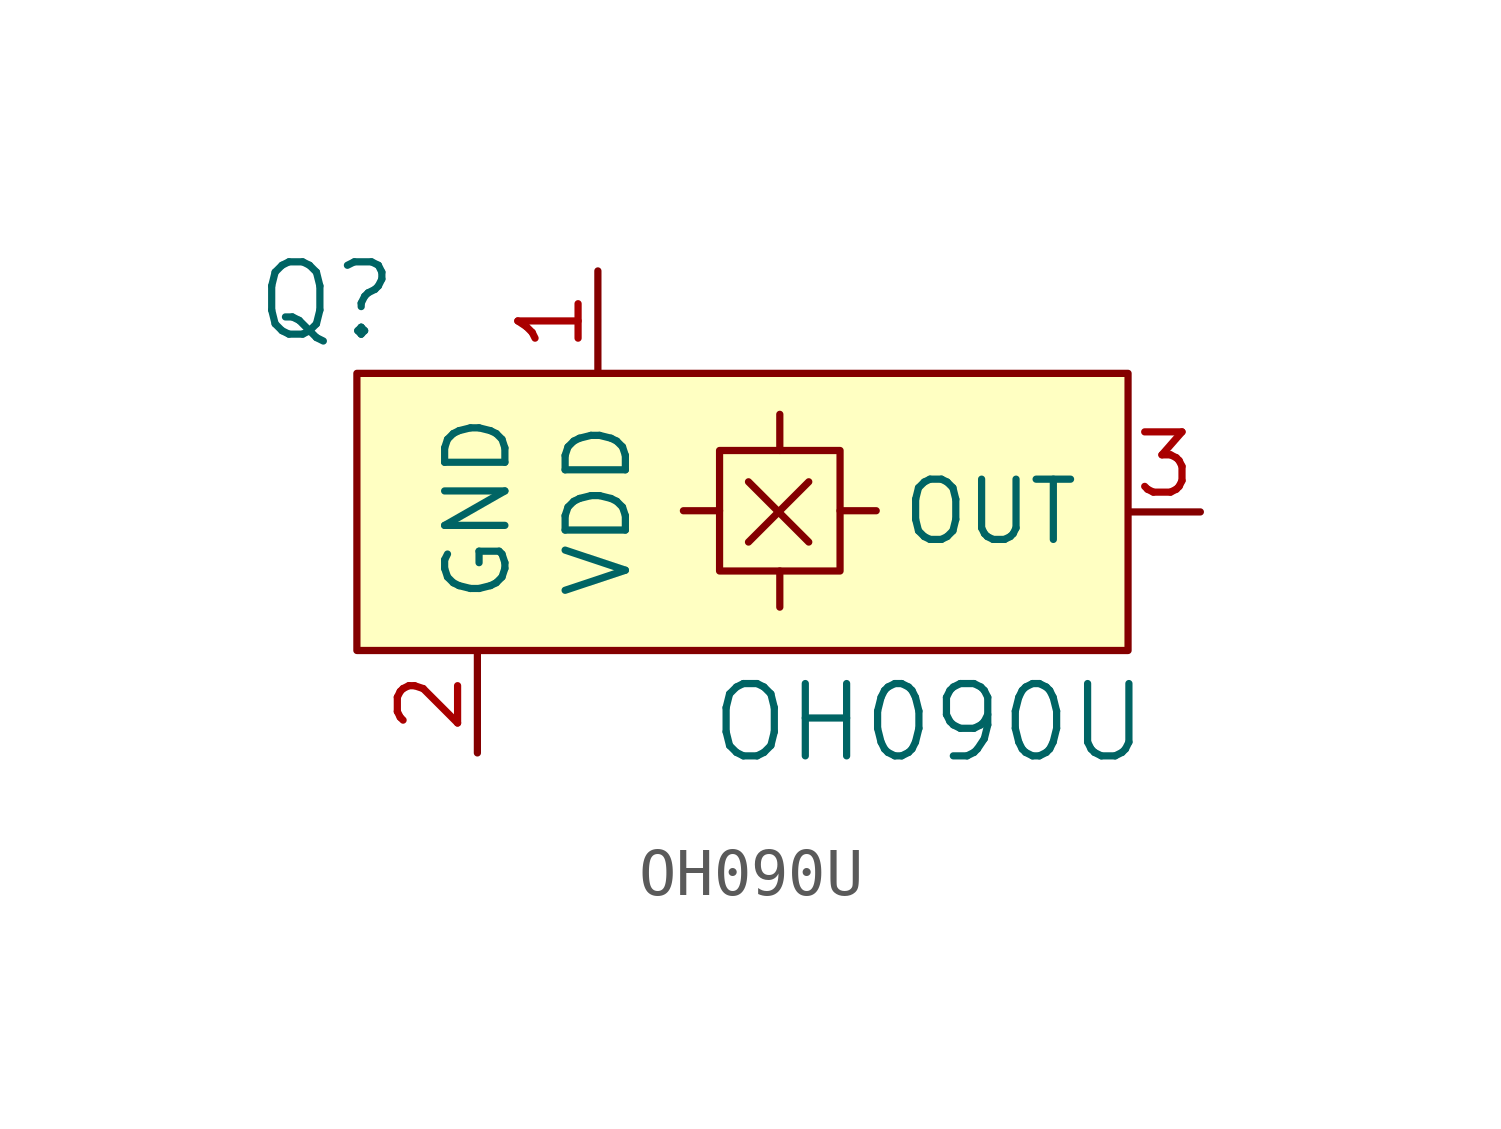
<source format=kicad_sym>
(kicad_symbol_lib
  (version 20201005)
  (generator kicad_symbol_editor)
  (symbol "OH090U"
    (pin_names
      (offset 1.016))
    (property "Reference" "Q"
      (at -8.255 4.445 0)
      (effects (font (size 1.524 1.524))))
    (property "Value" "OH090U"
      (at 4.445 -4.445 0)
      (effects (font (size 1.524 1.524))))
    (symbol "OH090U_0_1"
      (rectangle (start 0.025 1.295) (end 2.565 -1.245) (stroke (width 0)) (fill (type none)))
      (rectangle (start 8.636 2.921) (end -7.62 -2.921) (stroke (width 0)) (fill (type background)))
      (polyline (pts (xy 0.025 0.025) (xy -0.737 0.025)) (stroke (width 0)) (fill (type none)))
      (polyline (pts (xy 0.635 -0.635) (xy 1.905 0.635)) (stroke (width 0)) (fill (type none)))
      (polyline (pts (xy 0.635 0.635) (xy 1.905 -0.635)) (stroke (width 0)) (fill (type none)))
      (polyline (pts (xy 1.295 -1.245) (xy 1.295 -2.007)) (stroke (width 0)) (fill (type none)))
      (polyline (pts (xy 1.295 1.295) (xy 1.295 2.057)) (stroke (width 0)) (fill (type none)))
      (polyline (pts (xy 2.565 0.025) (xy 3.327 0.025)) (stroke (width 0)) (fill (type none))))
    (symbol "OH090U_1_1"
      (pin power_in line (at -2.54 5.08 270) (length 2.108) (name "VDD" (effects (font (size 1.27 1.27)))) (number "1" (effects (font (size 1.27 1.27)))))
      (pin power_in line (at -5.08 -5.08 90) (length 2.108) (name "GND" (effects (font (size 1.27 1.27)))) (number "2" (effects (font (size 1.27 1.27)))))
      (pin output line (at 10.16 0 180) (length 1.499) (name "OUT" (effects (font (size 1.27 1.27)))) (number "3" (effects (font (size 1.27 1.27))))))))
</source>
